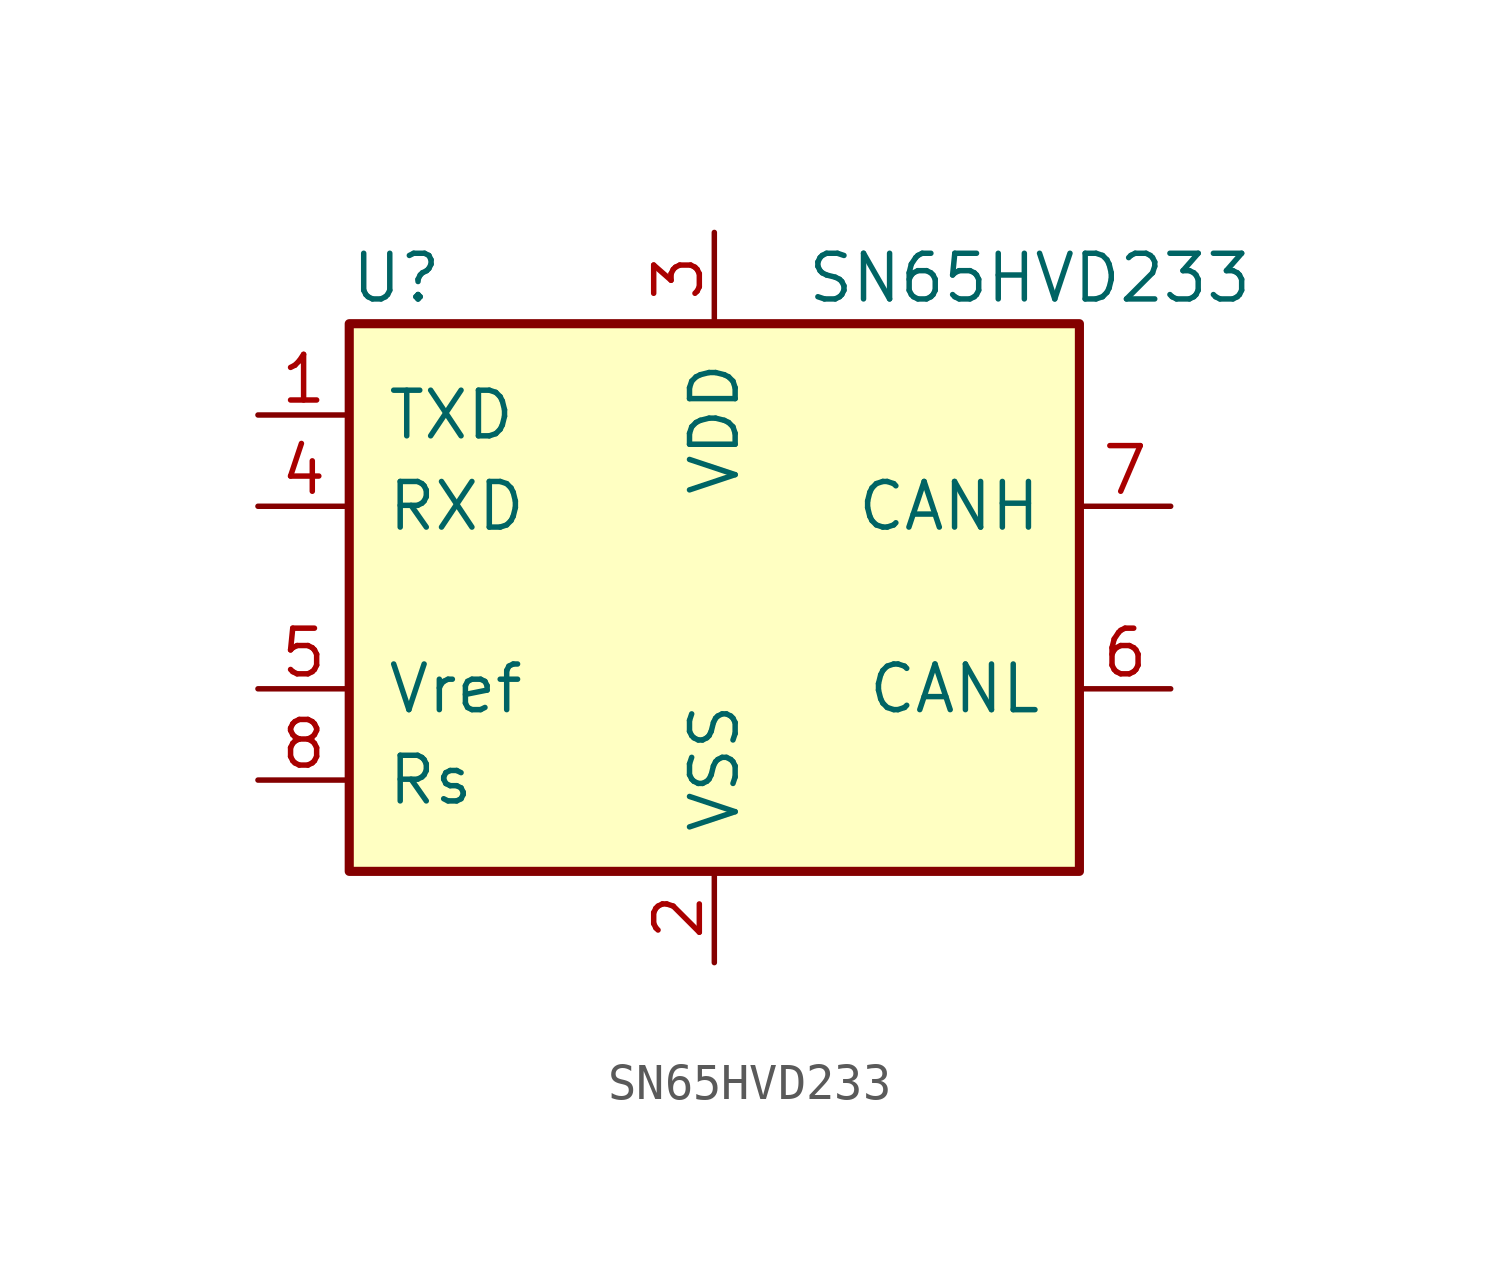
<source format=kicad_sym>
(kicad_symbol_lib
  (version 20231120)
  (generator "kicad_symbol_editor")
  (generator_version "8.0")
  (symbol "SN65HVD233"
    (pin_names
      (offset 1.016))
    (property "Reference" "U"
      (at -10.16 8.89 0)
      (effects (font (size 1.27 1.27)) (justify left)))
    (property "Value" "SN65HVD233"
      (at 2.54 8.89 0)
      (effects (font (size 1.27 1.27)) (justify left)))
    (symbol "SN65HVD233_0_1"
      (rectangle (start -10.16 7.62) (end 10.16 -7.62) (stroke (width 0.254) (type default)) (fill (type background))))
    (symbol "SN65HVD233_1_1"
      (pin input line (at -12.7 5.08 0) (length 2.54) (name "TXD" (effects (font (size 1.27 1.27)))) (number "1" (effects (font (size 1.27 1.27)))))
      (pin power_in line (at 0 -10.16 90) (length 2.54) (name "VSS" (effects (font (size 1.27 1.27)))) (number "2" (effects (font (size 1.27 1.27)))))
      (pin power_in line (at 0 10.16 270) (length 2.54) (name "VDD" (effects (font (size 1.27 1.27)))) (number "3" (effects (font (size 1.27 1.27)))))
      (pin output line (at -12.7 2.54 0) (length 2.54) (name "RXD" (effects (font (size 1.27 1.27)))) (number "4" (effects (font (size 1.27 1.27)))))
      (pin power_out line (at -12.7 -2.54 0) (length 2.54) (name "Vref" (effects (font (size 1.27 1.27)))) (number "5" (effects (font (size 1.27 1.27)))))
      (pin bidirectional line (at 12.7 -2.54 180) (length 2.54) (name "CANL" (effects (font (size 1.27 1.27)))) (number "6" (effects (font (size 1.27 1.27)))))
      (pin bidirectional line (at 12.7 2.54 180) (length 2.54) (name "CANH" (effects (font (size 1.27 1.27)))) (number "7" (effects (font (size 1.27 1.27)))))
      (pin input line (at -12.7 -5.08 0) (length 2.54) (name "Rs" (effects (font (size 1.27 1.27)))) (number "8" (effects (font (size 1.27 1.27))))))))
</source>
